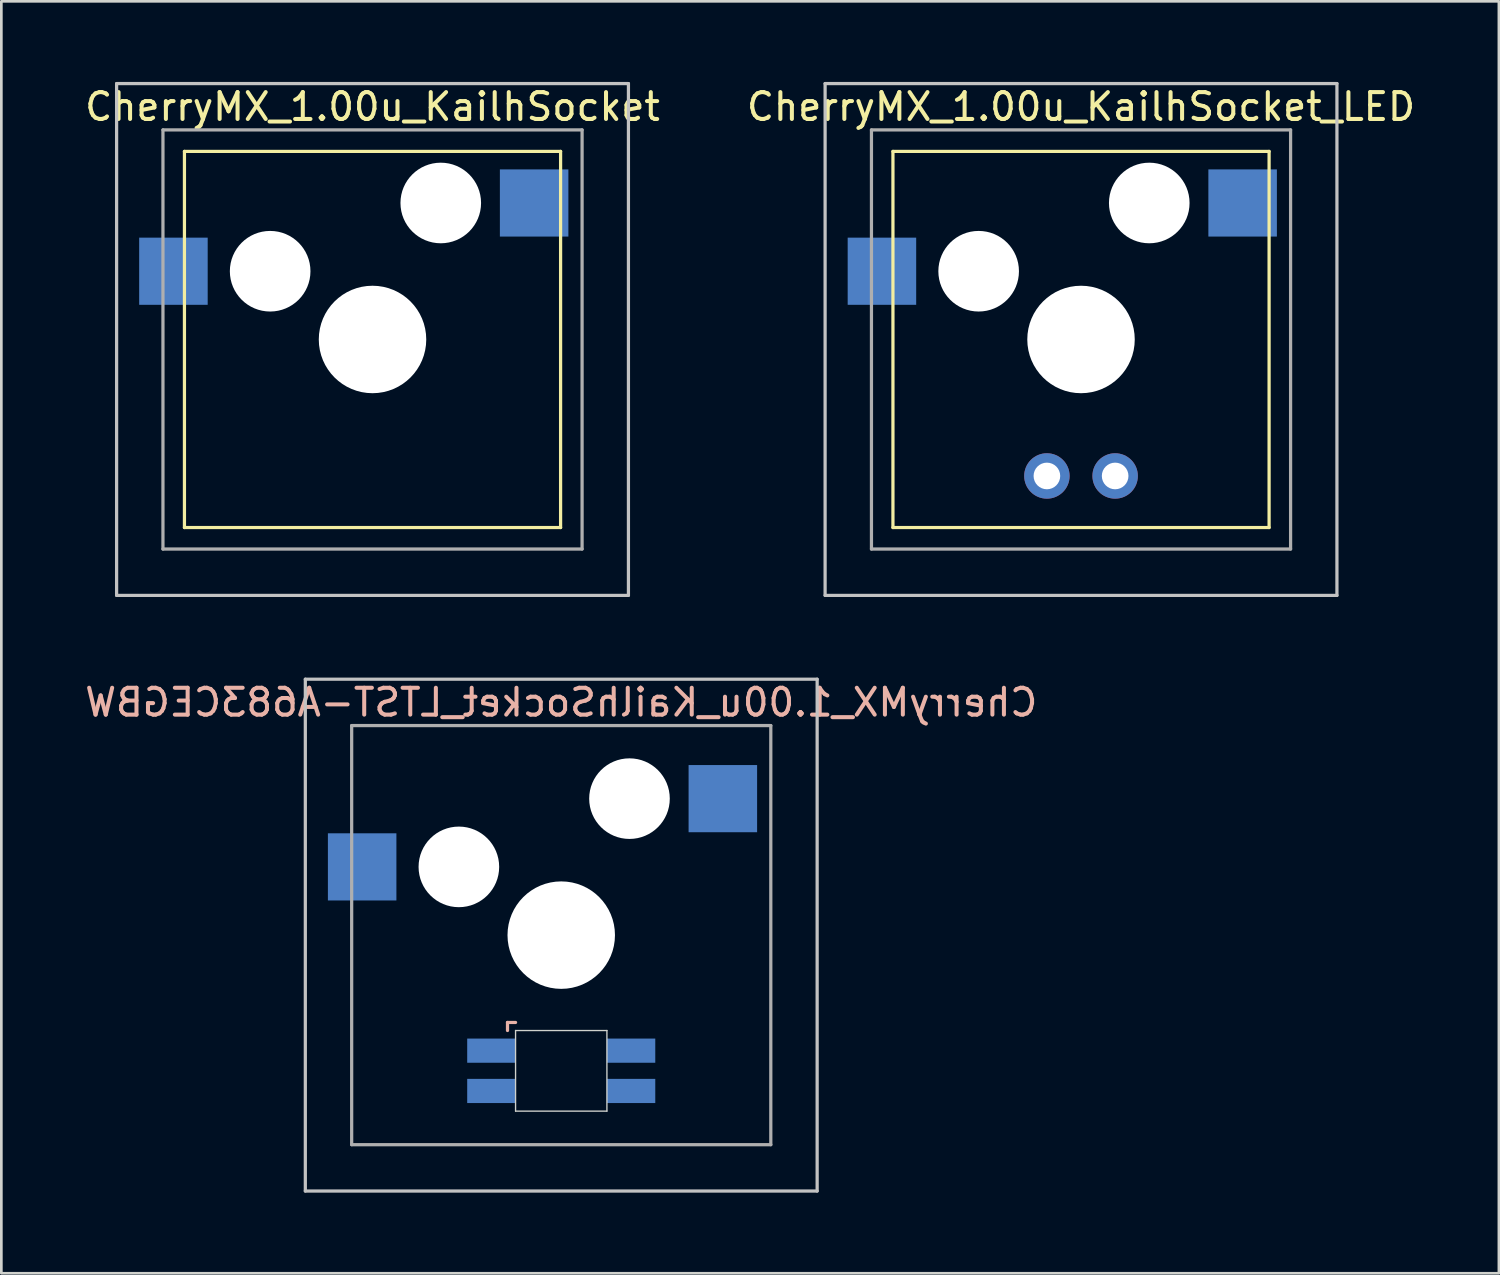
<source format=kicad_pcb>
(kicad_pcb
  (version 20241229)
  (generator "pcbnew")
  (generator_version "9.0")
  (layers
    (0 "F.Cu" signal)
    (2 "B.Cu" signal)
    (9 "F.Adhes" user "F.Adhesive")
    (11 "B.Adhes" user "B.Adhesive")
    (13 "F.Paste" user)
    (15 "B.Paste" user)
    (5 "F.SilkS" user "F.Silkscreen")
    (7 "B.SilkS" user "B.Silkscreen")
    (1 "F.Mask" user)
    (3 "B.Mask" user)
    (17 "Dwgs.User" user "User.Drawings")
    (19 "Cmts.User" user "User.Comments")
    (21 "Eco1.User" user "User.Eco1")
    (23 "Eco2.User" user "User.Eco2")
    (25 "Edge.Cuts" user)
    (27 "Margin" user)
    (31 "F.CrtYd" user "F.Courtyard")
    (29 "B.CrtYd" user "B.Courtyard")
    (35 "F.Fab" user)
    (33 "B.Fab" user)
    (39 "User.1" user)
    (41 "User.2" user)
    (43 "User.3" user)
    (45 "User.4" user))
  (footprint "CherryMX_1.00u_KailhSocket_LED"
    (layer "F.Cu")
    (at 37.185 9.585)
    (property "Reference" "CherryMX_1.00u_KailhSocket_LED" (at 0 -8.662 0) (layer "F.SilkS") (effects (font (size 1 1) (thickness 0.15))))
    (attr through_hole)
    (fp_line (start -7 -7) (end -7 7) (stroke (width 0.12) (type solid)) (layer "F.SilkS"))
    (fp_line (start -7 -7) (end 7 -7) (stroke (width 0.12) (type solid)) (layer "F.SilkS"))
    (fp_line (start 7 -7) (end 7 7) (stroke (width 0.12) (type solid)) (layer "F.SilkS"))
    (fp_line (start 7 7) (end -7 7) (stroke (width 0.12) (type solid)) (layer "F.SilkS"))
    (fp_line (start -9.525 -9.525) (end 9.525 -9.525) (stroke (width 0.12) (type solid)) (layer "Dwgs.User"))
    (fp_line (start -9.525 9.525) (end -9.525 -9.525) (stroke (width 0.12) (type solid)) (layer "Dwgs.User"))
    (fp_line (start 9.525 -9.525) (end 9.525 9.525) (stroke (width 0.12) (type solid)) (layer "Dwgs.User"))
    (fp_line (start 9.525 9.525) (end -9.525 9.525) (stroke (width 0.12) (type solid)) (layer "Dwgs.User"))
    (fp_line (start -7.8 -7.8) (end -7.8 7.8) (stroke (width 0.12) (type solid)) (layer "F.Fab"))
    (fp_line (start -7.8 -7.8) (end 7.8 -7.8) (stroke (width 0.12) (type solid)) (layer "F.Fab"))
    (fp_line (start -7.8 7.8) (end 7.8 7.8) (stroke (width 0.12) (type solid)) (layer "F.Fab"))
    (fp_line (start 7.8 -7.8) (end 7.8 7.8) (stroke (width 0.12) (type solid)) (layer "F.Fab"))
    (pad "" np_thru_hole circle (at -3.81 -2.54) (size 3 3) (drill 3) (layers "*.Cu" "*.Mask"))
    (pad "" np_thru_hole circle (at 0 0) (size 4 4) (drill 4) (layers "*.Cu" "*.Mask"))
    (pad "" np_thru_hole circle (at 2.54 -5.08) (size 3 3) (drill 3) (layers "*.Cu" "*.Mask"))
    (pad "1" smd rect (at -7.41 -2.54) (size 2.55 2.5) (layers "B.Cu" "B.Mask" "B.Paste"))
    (pad "2" smd rect (at 6.015 -5.08) (size 2.55 2.5) (layers "B.Cu" "B.Mask" "B.Paste"))
    (pad "3" thru_hole circle (at -1.27 5.08) (size 1.691 1.691) (drill 0.991) (layers "*.Cu" "*.Mask"))
    (pad "4" thru_hole circle (at 1.27 5.08) (size 1.691 1.691) (drill 0.991) (layers "*.Cu" "*.Mask")))
  (footprint "CherryMX_1.00u_KailhSocket"
    (layer "F.Cu")
    (at 10.815 9.585)
    (property "Reference" "CherryMX_1.00u_KailhSocket" (at 0 -8.662 0) (layer "F.SilkS") (effects (font (size 1 1) (thickness 0.15))))
    (attr through_hole)
    (fp_line (start -7 -7) (end -7 7) (stroke (width 0.12) (type solid)) (layer "F.SilkS"))
    (fp_line (start -7 -7) (end 7 -7) (stroke (width 0.12) (type solid)) (layer "F.SilkS"))
    (fp_line (start 7 -7) (end 7 7) (stroke (width 0.12) (type solid)) (layer "F.SilkS"))
    (fp_line (start 7 7) (end -7 7) (stroke (width 0.12) (type solid)) (layer "F.SilkS"))
    (fp_line (start -9.525 -9.525) (end 9.525 -9.525) (stroke (width 0.12) (type solid)) (layer "Dwgs.User"))
    (fp_line (start -9.525 9.525) (end -9.525 -9.525) (stroke (width 0.12) (type solid)) (layer "Dwgs.User"))
    (fp_line (start 9.525 -9.525) (end 9.525 9.525) (stroke (width 0.12) (type solid)) (layer "Dwgs.User"))
    (fp_line (start 9.525 9.525) (end -9.525 9.525) (stroke (width 0.12) (type solid)) (layer "Dwgs.User"))
    (fp_line (start -7.8 -7.8) (end -7.8 7.8) (stroke (width 0.12) (type solid)) (layer "F.Fab"))
    (fp_line (start -7.8 -7.8) (end 7.8 -7.8) (stroke (width 0.12) (type solid)) (layer "F.Fab"))
    (fp_line (start -7.8 7.8) (end 7.8 7.8) (stroke (width 0.12) (type solid)) (layer "F.Fab"))
    (fp_line (start 7.8 -7.8) (end 7.8 7.8) (stroke (width 0.12) (type solid)) (layer "F.Fab"))
    (pad "" np_thru_hole circle (at -3.81 -2.54) (size 3 3) (drill 3) (layers "*.Cu" "*.Mask"))
    (pad "" np_thru_hole circle (at 0 0) (size 4 4) (drill 4) (layers "*.Cu" "*.Mask"))
    (pad "" np_thru_hole circle (at 2.54 -5.08) (size 3 3) (drill 3) (layers "*.Cu" "*.Mask"))
    (pad "1" smd rect (at -7.41 -2.54) (size 2.55 2.5) (layers "B.Cu" "B.Mask" "B.Paste"))
    (pad "2" smd rect (at 6.015 -5.08) (size 2.55 2.5) (layers "B.Cu" "B.Mask" "B.Paste")))
  (footprint "CherryMX_1.00u_KailhSocket_LTST-A683CEGBW"
    (layer "F.Cu")
    (at 17.839 31.755)
    (property "Reference" "CherryMX_1.00u_KailhSocket_LTST-A683CEGBW" (at 0 -8.662 0) (layer "B.SilkS") (effects (font (size 1 1) (thickness 0.15)) (justify mirror)))
    (attr through_hole)
    (fp_line (start -2 3.25) (end -2 3.55) (stroke (width 0.12) (type solid)) (layer "B.SilkS"))
    (fp_line (start -1.7 3.25) (end -2 3.25) (stroke (width 0.12) (type solid)) (layer "B.SilkS"))
    (fp_line (start -9.525 -9.525) (end 9.525 -9.525) (stroke (width 0.12) (type solid)) (layer "Dwgs.User"))
    (fp_line (start -9.525 9.525) (end -9.525 -9.525) (stroke (width 0.12) (type solid)) (layer "Dwgs.User"))
    (fp_line (start 9.525 -9.525) (end 9.525 9.525) (stroke (width 0.12) (type solid)) (layer "Dwgs.User"))
    (fp_line (start 9.525 9.525) (end -9.525 9.525) (stroke (width 0.12) (type solid)) (layer "Dwgs.User"))
    (fp_line (start -1.7 3.55) (end 1.7 3.55) (stroke (width 0.05) (type solid)) (layer "Edge.Cuts"))
    (fp_line (start -1.7 6.55) (end -1.7 3.55) (stroke (width 0.05) (type solid)) (layer "Edge.Cuts"))
    (fp_line (start 1.7 3.55) (end 1.7 6.55) (stroke (width 0.05) (type solid)) (layer "Edge.Cuts"))
    (fp_line (start 1.7 6.55) (end -1.7 6.55) (stroke (width 0.05) (type solid)) (layer "Edge.Cuts"))
    (fp_line (start -7.8 -7.8) (end -7.8 7.8) (stroke (width 0.12) (type solid)) (layer "F.Fab"))
    (fp_line (start -7.8 -7.8) (end 7.8 -7.8) (stroke (width 0.12) (type solid)) (layer "F.Fab"))
    (fp_line (start -7.8 7.8) (end 7.8 7.8) (stroke (width 0.12) (type solid)) (layer "F.Fab"))
    (fp_line (start 7.8 -7.8) (end 7.8 7.8) (stroke (width 0.12) (type solid)) (layer "F.Fab"))
    (pad "" np_thru_hole circle (at -3.81 -2.54) (size 3 3) (drill 3) (layers "*.Cu" "*.Mask"))
    (pad "" np_thru_hole circle (at 0 0) (size 4 4) (drill 4) (layers "*.Cu" "*.Mask"))
    (pad "" np_thru_hole circle (at 2.54 -5.08) (size 3 3) (drill 3) (layers "*.Cu" "*.Mask"))
    (pad "1" smd rect (at -7.41 -2.54) (size 2.55 2.5) (layers "B.Cu" "B.Mask" "B.Paste"))
    (pad "2" smd rect (at 6.015 -5.08) (size 2.55 2.5) (layers "B.Cu" "B.Mask" "B.Paste"))
    (pad "3" smd rect (at -2.6 4.3) (size 1.8 0.9) (layers "B.Cu" "B.Mask" "B.Paste"))
    (pad "4" smd rect (at -2.6 5.8) (size 1.8 0.9) (layers "B.Cu" "B.Mask" "B.Paste"))
    (pad "5" smd rect (at 2.6 4.3) (size 1.8 0.9) (layers "B.Cu" "B.Mask" "B.Paste"))
    (pad "6" smd rect (at 2.6 5.8) (size 1.8 0.9) (layers "B.Cu" "B.Mask" "B.Paste")))
  (gr_rect
    (start -3 -3)
    (end 52.738 44.34)
    (stroke (width 0.1) (type default))
    (fill no)
    (layer "Edge.Cuts")))
</source>
